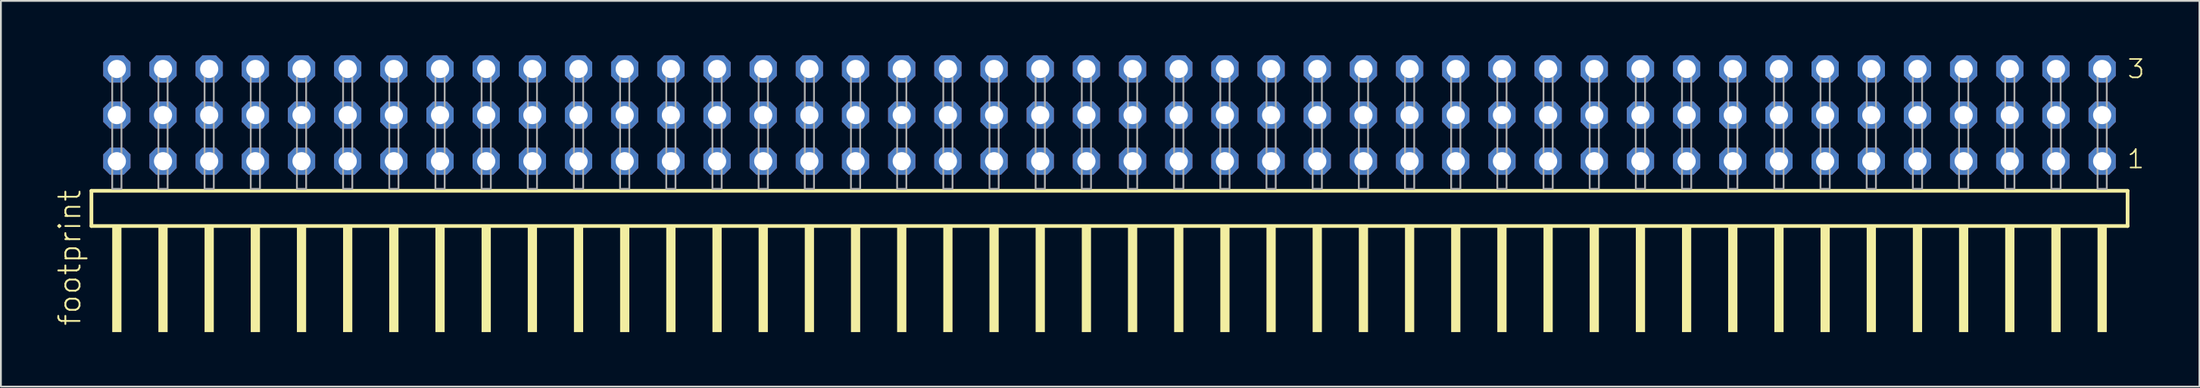
<source format=kicad_pcb>
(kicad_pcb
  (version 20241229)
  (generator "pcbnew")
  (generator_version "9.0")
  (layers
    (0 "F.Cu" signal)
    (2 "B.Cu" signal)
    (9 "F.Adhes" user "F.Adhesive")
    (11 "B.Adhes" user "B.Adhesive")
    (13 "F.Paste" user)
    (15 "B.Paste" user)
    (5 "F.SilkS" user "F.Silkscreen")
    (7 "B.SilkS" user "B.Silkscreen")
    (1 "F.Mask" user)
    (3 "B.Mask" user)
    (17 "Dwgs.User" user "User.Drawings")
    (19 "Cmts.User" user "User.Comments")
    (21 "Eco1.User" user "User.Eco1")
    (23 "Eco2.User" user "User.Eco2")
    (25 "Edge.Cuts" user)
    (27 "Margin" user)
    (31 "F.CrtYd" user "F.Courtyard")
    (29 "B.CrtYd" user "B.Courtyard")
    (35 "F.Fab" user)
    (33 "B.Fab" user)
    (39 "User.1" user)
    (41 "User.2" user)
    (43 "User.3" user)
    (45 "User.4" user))
  (footprint "footprint"
    (layer "F.Cu")
    (at 57.988 7.354)
    (property "Reference" "footprint" (at -56.515 7.62 90) (layer "F.SilkS") (effects (font (size 1.168 1.168) (thickness 0.102)) (justify left bottom)))
    (fp_line (start -56.009 0.106) (end -56.009 2.046) (stroke (width 0.203) (type solid)) (layer "F.SilkS"))
    (fp_line (start -56.009 2.046) (end 56.009 2.046) (stroke (width 0.203) (type solid)) (layer "F.SilkS"))
    (fp_line (start 56.009 0.106) (end -56.009 0.106) (stroke (width 0.203) (type solid)) (layer "F.SilkS"))
    (fp_line (start 56.009 2.046) (end 56.009 0.106) (stroke (width 0.203) (type solid)) (layer "F.SilkS"))
    (fp_poly (pts (xy -54.864 7.89) (xy -54.356 7.89) (xy -54.356 2.04) (xy -54.864 2.04)) (stroke (width 0) (type solid)) (fill yes) (layer "F.SilkS"))
    (fp_poly (pts (xy -52.324 7.89) (xy -51.816 7.89) (xy -51.816 2.04) (xy -52.324 2.04)) (stroke (width 0) (type solid)) (fill yes) (layer "F.SilkS"))
    (fp_poly (pts (xy -49.784 7.89) (xy -49.276 7.89) (xy -49.276 2.04) (xy -49.784 2.04)) (stroke (width 0) (type solid)) (fill yes) (layer "F.SilkS"))
    (fp_poly (pts (xy -47.244 7.89) (xy -46.736 7.89) (xy -46.736 2.04) (xy -47.244 2.04)) (stroke (width 0) (type solid)) (fill yes) (layer "F.SilkS"))
    (fp_poly (pts (xy -44.704 7.89) (xy -44.196 7.89) (xy -44.196 2.04) (xy -44.704 2.04)) (stroke (width 0) (type solid)) (fill yes) (layer "F.SilkS"))
    (fp_poly (pts (xy -42.164 7.89) (xy -41.656 7.89) (xy -41.656 2.04) (xy -42.164 2.04)) (stroke (width 0) (type solid)) (fill yes) (layer "F.SilkS"))
    (fp_poly (pts (xy -39.624 7.89) (xy -39.116 7.89) (xy -39.116 2.04) (xy -39.624 2.04)) (stroke (width 0) (type solid)) (fill yes) (layer "F.SilkS"))
    (fp_poly (pts (xy -37.084 7.89) (xy -36.576 7.89) (xy -36.576 2.04) (xy -37.084 2.04)) (stroke (width 0) (type solid)) (fill yes) (layer "F.SilkS"))
    (fp_poly (pts (xy -34.544 7.89) (xy -34.036 7.89) (xy -34.036 2.04) (xy -34.544 2.04)) (stroke (width 0) (type solid)) (fill yes) (layer "F.SilkS"))
    (fp_poly (pts (xy -32.004 7.89) (xy -31.496 7.89) (xy -31.496 2.04) (xy -32.004 2.04)) (stroke (width 0) (type solid)) (fill yes) (layer "F.SilkS"))
    (fp_poly (pts (xy -29.464 7.89) (xy -28.956 7.89) (xy -28.956 2.04) (xy -29.464 2.04)) (stroke (width 0) (type solid)) (fill yes) (layer "F.SilkS"))
    (fp_poly (pts (xy -26.924 7.89) (xy -26.416 7.89) (xy -26.416 2.04) (xy -26.924 2.04)) (stroke (width 0) (type solid)) (fill yes) (layer "F.SilkS"))
    (fp_poly (pts (xy -24.384 7.89) (xy -23.876 7.89) (xy -23.876 2.04) (xy -24.384 2.04)) (stroke (width 0) (type solid)) (fill yes) (layer "F.SilkS"))
    (fp_poly (pts (xy -21.844 7.89) (xy -21.336 7.89) (xy -21.336 2.04) (xy -21.844 2.04)) (stroke (width 0) (type solid)) (fill yes) (layer "F.SilkS"))
    (fp_poly (pts (xy -19.304 7.89) (xy -18.796 7.89) (xy -18.796 2.04) (xy -19.304 2.04)) (stroke (width 0) (type solid)) (fill yes) (layer "F.SilkS"))
    (fp_poly (pts (xy -16.764 7.89) (xy -16.256 7.89) (xy -16.256 2.04) (xy -16.764 2.04)) (stroke (width 0) (type solid)) (fill yes) (layer "F.SilkS"))
    (fp_poly (pts (xy -14.224 7.89) (xy -13.716 7.89) (xy -13.716 2.04) (xy -14.224 2.04)) (stroke (width 0) (type solid)) (fill yes) (layer "F.SilkS"))
    (fp_poly (pts (xy -11.684 7.89) (xy -11.176 7.89) (xy -11.176 2.04) (xy -11.684 2.04)) (stroke (width 0) (type solid)) (fill yes) (layer "F.SilkS"))
    (fp_poly (pts (xy -9.144 7.89) (xy -8.636 7.89) (xy -8.636 2.04) (xy -9.144 2.04)) (stroke (width 0) (type solid)) (fill yes) (layer "F.SilkS"))
    (fp_poly (pts (xy -6.604 7.89) (xy -6.096 7.89) (xy -6.096 2.04) (xy -6.604 2.04)) (stroke (width 0) (type solid)) (fill yes) (layer "F.SilkS"))
    (fp_poly (pts (xy -4.064 7.89) (xy -3.556 7.89) (xy -3.556 2.04) (xy -4.064 2.04)) (stroke (width 0) (type solid)) (fill yes) (layer "F.SilkS"))
    (fp_poly (pts (xy -1.524 7.89) (xy -1.016 7.89) (xy -1.016 2.04) (xy -1.524 2.04)) (stroke (width 0) (type solid)) (fill yes) (layer "F.SilkS"))
    (fp_poly (pts (xy 1.016 7.89) (xy 1.524 7.89) (xy 1.524 2.04) (xy 1.016 2.04)) (stroke (width 0) (type solid)) (fill yes) (layer "F.SilkS"))
    (fp_poly (pts (xy 3.556 7.89) (xy 4.064 7.89) (xy 4.064 2.04) (xy 3.556 2.04)) (stroke (width 0) (type solid)) (fill yes) (layer "F.SilkS"))
    (fp_poly (pts (xy 6.096 7.89) (xy 6.604 7.89) (xy 6.604 2.04) (xy 6.096 2.04)) (stroke (width 0) (type solid)) (fill yes) (layer "F.SilkS"))
    (fp_poly (pts (xy 8.636 7.89) (xy 9.144 7.89) (xy 9.144 2.04) (xy 8.636 2.04)) (stroke (width 0) (type solid)) (fill yes) (layer "F.SilkS"))
    (fp_poly (pts (xy 11.176 7.89) (xy 11.684 7.89) (xy 11.684 2.04) (xy 11.176 2.04)) (stroke (width 0) (type solid)) (fill yes) (layer "F.SilkS"))
    (fp_poly (pts (xy 13.716 7.89) (xy 14.224 7.89) (xy 14.224 2.04) (xy 13.716 2.04)) (stroke (width 0) (type solid)) (fill yes) (layer "F.SilkS"))
    (fp_poly (pts (xy 16.256 7.89) (xy 16.764 7.89) (xy 16.764 2.04) (xy 16.256 2.04)) (stroke (width 0) (type solid)) (fill yes) (layer "F.SilkS"))
    (fp_poly (pts (xy 18.796 7.89) (xy 19.304 7.89) (xy 19.304 2.04) (xy 18.796 2.04)) (stroke (width 0) (type solid)) (fill yes) (layer "F.SilkS"))
    (fp_poly (pts (xy 21.336 7.89) (xy 21.844 7.89) (xy 21.844 2.04) (xy 21.336 2.04)) (stroke (width 0) (type solid)) (fill yes) (layer "F.SilkS"))
    (fp_poly (pts (xy 23.876 7.89) (xy 24.384 7.89) (xy 24.384 2.04) (xy 23.876 2.04)) (stroke (width 0) (type solid)) (fill yes) (layer "F.SilkS"))
    (fp_poly (pts (xy 26.416 7.89) (xy 26.924 7.89) (xy 26.924 2.04) (xy 26.416 2.04)) (stroke (width 0) (type solid)) (fill yes) (layer "F.SilkS"))
    (fp_poly (pts (xy 28.956 7.89) (xy 29.464 7.89) (xy 29.464 2.04) (xy 28.956 2.04)) (stroke (width 0) (type solid)) (fill yes) (layer "F.SilkS"))
    (fp_poly (pts (xy 31.496 7.89) (xy 32.004 7.89) (xy 32.004 2.04) (xy 31.496 2.04)) (stroke (width 0) (type solid)) (fill yes) (layer "F.SilkS"))
    (fp_poly (pts (xy 34.036 7.89) (xy 34.544 7.89) (xy 34.544 2.04) (xy 34.036 2.04)) (stroke (width 0) (type solid)) (fill yes) (layer "F.SilkS"))
    (fp_poly (pts (xy 36.576 7.89) (xy 37.084 7.89) (xy 37.084 2.04) (xy 36.576 2.04)) (stroke (width 0) (type solid)) (fill yes) (layer "F.SilkS"))
    (fp_poly (pts (xy 39.116 7.89) (xy 39.624 7.89) (xy 39.624 2.04) (xy 39.116 2.04)) (stroke (width 0) (type solid)) (fill yes) (layer "F.SilkS"))
    (fp_poly (pts (xy 41.656 7.89) (xy 42.164 7.89) (xy 42.164 2.04) (xy 41.656 2.04)) (stroke (width 0) (type solid)) (fill yes) (layer "F.SilkS"))
    (fp_poly (pts (xy 44.196 7.89) (xy 44.704 7.89) (xy 44.704 2.04) (xy 44.196 2.04)) (stroke (width 0) (type solid)) (fill yes) (layer "F.SilkS"))
    (fp_poly (pts (xy 46.736 7.89) (xy 47.244 7.89) (xy 47.244 2.04) (xy 46.736 2.04)) (stroke (width 0) (type solid)) (fill yes) (layer "F.SilkS"))
    (fp_poly (pts (xy 49.276 7.89) (xy 49.784 7.89) (xy 49.784 2.04) (xy 49.276 2.04)) (stroke (width 0) (type solid)) (fill yes) (layer "F.SilkS"))
    (fp_poly (pts (xy 51.816 7.89) (xy 52.324 7.89) (xy 52.324 2.04) (xy 51.816 2.04)) (stroke (width 0) (type solid)) (fill yes) (layer "F.SilkS"))
    (fp_poly (pts (xy 54.356 7.89) (xy 54.864 7.89) (xy 54.864 2.04) (xy 54.356 2.04)) (stroke (width 0) (type solid)) (fill yes) (layer "F.SilkS"))
    (fp_poly (pts (xy -54.864 0) (xy -54.356 0) (xy -54.356 -6.858) (xy -54.864 -6.858)) (stroke (width 0.1) (type solid)) (fill no) (layer "F.Fab"))
    (fp_poly (pts (xy -52.324 0) (xy -51.816 0) (xy -51.816 -6.858) (xy -52.324 -6.858)) (stroke (width 0.1) (type solid)) (fill no) (layer "F.Fab"))
    (fp_poly (pts (xy -49.784 0) (xy -49.276 0) (xy -49.276 -6.858) (xy -49.784 -6.858)) (stroke (width 0.1) (type solid)) (fill no) (layer "F.Fab"))
    (fp_poly (pts (xy -47.244 0) (xy -46.736 0) (xy -46.736 -6.858) (xy -47.244 -6.858)) (stroke (width 0.1) (type solid)) (fill no) (layer "F.Fab"))
    (fp_poly (pts (xy -44.704 0) (xy -44.196 0) (xy -44.196 -6.858) (xy -44.704 -6.858)) (stroke (width 0.1) (type solid)) (fill no) (layer "F.Fab"))
    (fp_poly (pts (xy -42.164 0) (xy -41.656 0) (xy -41.656 -6.858) (xy -42.164 -6.858)) (stroke (width 0.1) (type solid)) (fill no) (layer "F.Fab"))
    (fp_poly (pts (xy -39.624 0) (xy -39.116 0) (xy -39.116 -6.858) (xy -39.624 -6.858)) (stroke (width 0.1) (type solid)) (fill no) (layer "F.Fab"))
    (fp_poly (pts (xy -37.084 0) (xy -36.576 0) (xy -36.576 -6.858) (xy -37.084 -6.858)) (stroke (width 0.1) (type solid)) (fill no) (layer "F.Fab"))
    (fp_poly (pts (xy -34.544 0) (xy -34.036 0) (xy -34.036 -6.858) (xy -34.544 -6.858)) (stroke (width 0.1) (type solid)) (fill no) (layer "F.Fab"))
    (fp_poly (pts (xy -32.004 0) (xy -31.496 0) (xy -31.496 -6.858) (xy -32.004 -6.858)) (stroke (width 0.1) (type solid)) (fill no) (layer "F.Fab"))
    (fp_poly (pts (xy -29.464 0) (xy -28.956 0) (xy -28.956 -6.858) (xy -29.464 -6.858)) (stroke (width 0.1) (type solid)) (fill no) (layer "F.Fab"))
    (fp_poly (pts (xy -26.924 0) (xy -26.416 0) (xy -26.416 -6.858) (xy -26.924 -6.858)) (stroke (width 0.1) (type solid)) (fill no) (layer "F.Fab"))
    (fp_poly (pts (xy -24.384 0) (xy -23.876 0) (xy -23.876 -6.858) (xy -24.384 -6.858)) (stroke (width 0.1) (type solid)) (fill no) (layer "F.Fab"))
    (fp_poly (pts (xy -21.844 0) (xy -21.336 0) (xy -21.336 -6.858) (xy -21.844 -6.858)) (stroke (width 0.1) (type solid)) (fill no) (layer "F.Fab"))
    (fp_poly (pts (xy -19.304 0) (xy -18.796 0) (xy -18.796 -6.858) (xy -19.304 -6.858)) (stroke (width 0.1) (type solid)) (fill no) (layer "F.Fab"))
    (fp_poly (pts (xy -16.764 0) (xy -16.256 0) (xy -16.256 -6.858) (xy -16.764 -6.858)) (stroke (width 0.1) (type solid)) (fill no) (layer "F.Fab"))
    (fp_poly (pts (xy -14.224 0) (xy -13.716 0) (xy -13.716 -6.858) (xy -14.224 -6.858)) (stroke (width 0.1) (type solid)) (fill no) (layer "F.Fab"))
    (fp_poly (pts (xy -11.684 0) (xy -11.176 0) (xy -11.176 -6.858) (xy -11.684 -6.858)) (stroke (width 0.1) (type solid)) (fill no) (layer "F.Fab"))
    (fp_poly (pts (xy -9.144 0) (xy -8.636 0) (xy -8.636 -6.858) (xy -9.144 -6.858)) (stroke (width 0.1) (type solid)) (fill no) (layer "F.Fab"))
    (fp_poly (pts (xy -6.604 0) (xy -6.096 0) (xy -6.096 -6.858) (xy -6.604 -6.858)) (stroke (width 0.1) (type solid)) (fill no) (layer "F.Fab"))
    (fp_poly (pts (xy -4.064 0) (xy -3.556 0) (xy -3.556 -6.858) (xy -4.064 -6.858)) (stroke (width 0.1) (type solid)) (fill no) (layer "F.Fab"))
    (fp_poly (pts (xy -1.524 0) (xy -1.016 0) (xy -1.016 -6.858) (xy -1.524 -6.858)) (stroke (width 0.1) (type solid)) (fill no) (layer "F.Fab"))
    (fp_poly (pts (xy 1.016 0) (xy 1.524 0) (xy 1.524 -6.858) (xy 1.016 -6.858)) (stroke (width 0.1) (type solid)) (fill no) (layer "F.Fab"))
    (fp_poly (pts (xy 3.556 0) (xy 4.064 0) (xy 4.064 -6.858) (xy 3.556 -6.858)) (stroke (width 0.1) (type solid)) (fill no) (layer "F.Fab"))
    (fp_poly (pts (xy 6.096 0) (xy 6.604 0) (xy 6.604 -6.858) (xy 6.096 -6.858)) (stroke (width 0.1) (type solid)) (fill no) (layer "F.Fab"))
    (fp_poly (pts (xy 8.636 0) (xy 9.144 0) (xy 9.144 -6.858) (xy 8.636 -6.858)) (stroke (width 0.1) (type solid)) (fill no) (layer "F.Fab"))
    (fp_poly (pts (xy 11.176 0) (xy 11.684 0) (xy 11.684 -6.858) (xy 11.176 -6.858)) (stroke (width 0.1) (type solid)) (fill no) (layer "F.Fab"))
    (fp_poly (pts (xy 13.716 0) (xy 14.224 0) (xy 14.224 -6.858) (xy 13.716 -6.858)) (stroke (width 0.1) (type solid)) (fill no) (layer "F.Fab"))
    (fp_poly (pts (xy 16.256 0) (xy 16.764 0) (xy 16.764 -6.858) (xy 16.256 -6.858)) (stroke (width 0.1) (type solid)) (fill no) (layer "F.Fab"))
    (fp_poly (pts (xy 18.796 0) (xy 19.304 0) (xy 19.304 -6.858) (xy 18.796 -6.858)) (stroke (width 0.1) (type solid)) (fill no) (layer "F.Fab"))
    (fp_poly (pts (xy 21.336 0) (xy 21.844 0) (xy 21.844 -6.858) (xy 21.336 -6.858)) (stroke (width 0.1) (type solid)) (fill no) (layer "F.Fab"))
    (fp_poly (pts (xy 23.876 0) (xy 24.384 0) (xy 24.384 -6.858) (xy 23.876 -6.858)) (stroke (width 0.1) (type solid)) (fill no) (layer "F.Fab"))
    (fp_poly (pts (xy 26.416 0) (xy 26.924 0) (xy 26.924 -6.858) (xy 26.416 -6.858)) (stroke (width 0.1) (type solid)) (fill no) (layer "F.Fab"))
    (fp_poly (pts (xy 28.956 0) (xy 29.464 0) (xy 29.464 -6.858) (xy 28.956 -6.858)) (stroke (width 0.1) (type solid)) (fill no) (layer "F.Fab"))
    (fp_poly (pts (xy 31.496 0) (xy 32.004 0) (xy 32.004 -6.858) (xy 31.496 -6.858)) (stroke (width 0.1) (type solid)) (fill no) (layer "F.Fab"))
    (fp_poly (pts (xy 34.036 0) (xy 34.544 0) (xy 34.544 -6.858) (xy 34.036 -6.858)) (stroke (width 0.1) (type solid)) (fill no) (layer "F.Fab"))
    (fp_poly (pts (xy 36.576 0) (xy 37.084 0) (xy 37.084 -6.858) (xy 36.576 -6.858)) (stroke (width 0.1) (type solid)) (fill no) (layer "F.Fab"))
    (fp_poly (pts (xy 39.116 0) (xy 39.624 0) (xy 39.624 -6.858) (xy 39.116 -6.858)) (stroke (width 0.1) (type solid)) (fill no) (layer "F.Fab"))
    (fp_poly (pts (xy 41.656 0) (xy 42.164 0) (xy 42.164 -6.858) (xy 41.656 -6.858)) (stroke (width 0.1) (type solid)) (fill no) (layer "F.Fab"))
    (fp_poly (pts (xy 44.196 0) (xy 44.704 0) (xy 44.704 -6.858) (xy 44.196 -6.858)) (stroke (width 0.1) (type solid)) (fill no) (layer "F.Fab"))
    (fp_poly (pts (xy 46.736 0) (xy 47.244 0) (xy 47.244 -6.858) (xy 46.736 -6.858)) (stroke (width 0.1) (type solid)) (fill no) (layer "F.Fab"))
    (fp_poly (pts (xy 49.276 0) (xy 49.784 0) (xy 49.784 -6.858) (xy 49.276 -6.858)) (stroke (width 0.1) (type solid)) (fill no) (layer "F.Fab"))
    (fp_poly (pts (xy 51.816 0) (xy 52.324 0) (xy 52.324 -6.858) (xy 51.816 -6.858)) (stroke (width 0.1) (type solid)) (fill no) (layer "F.Fab"))
    (fp_poly (pts (xy 54.356 0) (xy 54.864 0) (xy 54.864 -6.858) (xy 54.356 -6.858)) (stroke (width 0.1) (type solid)) (fill no) (layer "F.Fab"))
    (fp_text user "1" (at 55.92 -1.05 0) (layer "F.SilkS") (effects (font (size 1.012 1.012) (thickness 0.088)) (justify left bottom)))
    (fp_text user "3" (at 55.935 -6.015 0) (layer "F.SilkS") (effects (font (size 1.012 1.012) (thickness 0.088)) (justify left bottom)))
    (pad "1" thru_hole roundrect (at 54.61 -1.524 180) (size 1.5 1.5) (drill 1) (layers "*.Cu" "*.Mask") (roundrect_rratio 0.25) (chamfer_ratio 0.25) (chamfer top_left top_right bottom_left bottom_right))
    (pad "2" thru_hole roundrect (at 54.61 -4.064 180) (size 1.5 1.5) (drill 1) (layers "*.Cu" "*.Mask") (roundrect_rratio 0.25) (chamfer_ratio 0.25) (chamfer top_left top_right bottom_left bottom_right))
    (pad "3" thru_hole roundrect (at 54.61 -6.604 180) (size 1.5 1.5) (drill 1) (layers "*.Cu" "*.Mask") (roundrect_rratio 0.25) (chamfer_ratio 0.25) (chamfer top_left top_right bottom_left bottom_right))
    (pad "4" thru_hole roundrect (at 52.07 -1.524 180) (size 1.5 1.5) (drill 1) (layers "*.Cu" "*.Mask") (roundrect_rratio 0.25) (chamfer_ratio 0.25) (chamfer top_left top_right bottom_left bottom_right))
    (pad "5" thru_hole roundrect (at 52.07 -4.064 180) (size 1.5 1.5) (drill 1) (layers "*.Cu" "*.Mask") (roundrect_rratio 0.25) (chamfer_ratio 0.25) (chamfer top_left top_right bottom_left bottom_right))
    (pad "6" thru_hole roundrect (at 52.07 -6.604 180) (size 1.5 1.5) (drill 1) (layers "*.Cu" "*.Mask") (roundrect_rratio 0.25) (chamfer_ratio 0.25) (chamfer top_left top_right bottom_left bottom_right))
    (pad "7" thru_hole roundrect (at 49.53 -1.524 180) (size 1.5 1.5) (drill 1) (layers "*.Cu" "*.Mask") (roundrect_rratio 0.25) (chamfer_ratio 0.25) (chamfer top_left top_right bottom_left bottom_right))
    (pad "8" thru_hole roundrect (at 49.53 -4.064 180) (size 1.5 1.5) (drill 1) (layers "*.Cu" "*.Mask") (roundrect_rratio 0.25) (chamfer_ratio 0.25) (chamfer top_left top_right bottom_left bottom_right))
    (pad "9" thru_hole roundrect (at 49.53 -6.604 180) (size 1.5 1.5) (drill 1) (layers "*.Cu" "*.Mask") (roundrect_rratio 0.25) (chamfer_ratio 0.25) (chamfer top_left top_right bottom_left bottom_right))
    (pad "10" thru_hole roundrect (at 46.99 -1.524 180) (size 1.5 1.5) (drill 1) (layers "*.Cu" "*.Mask") (roundrect_rratio 0.25) (chamfer_ratio 0.25) (chamfer top_left top_right bottom_left bottom_right))
    (pad "11" thru_hole roundrect (at 46.99 -4.064 180) (size 1.5 1.5) (drill 1) (layers "*.Cu" "*.Mask") (roundrect_rratio 0.25) (chamfer_ratio 0.25) (chamfer top_left top_right bottom_left bottom_right))
    (pad "12" thru_hole roundrect (at 46.99 -6.604 180) (size 1.5 1.5) (drill 1) (layers "*.Cu" "*.Mask") (roundrect_rratio 0.25) (chamfer_ratio 0.25) (chamfer top_left top_right bottom_left bottom_right))
    (pad "13" thru_hole roundrect (at 44.45 -1.524 180) (size 1.5 1.5) (drill 1) (layers "*.Cu" "*.Mask") (roundrect_rratio 0.25) (chamfer_ratio 0.25) (chamfer top_left top_right bottom_left bottom_right))
    (pad "14" thru_hole roundrect (at 44.45 -4.064 180) (size 1.5 1.5) (drill 1) (layers "*.Cu" "*.Mask") (roundrect_rratio 0.25) (chamfer_ratio 0.25) (chamfer top_left top_right bottom_left bottom_right))
    (pad "15" thru_hole roundrect (at 44.45 -6.604 180) (size 1.5 1.5) (drill 1) (layers "*.Cu" "*.Mask") (roundrect_rratio 0.25) (chamfer_ratio 0.25) (chamfer top_left top_right bottom_left bottom_right))
    (pad "16" thru_hole roundrect (at 41.91 -1.524 180) (size 1.5 1.5) (drill 1) (layers "*.Cu" "*.Mask") (roundrect_rratio 0.25) (chamfer_ratio 0.25) (chamfer top_left top_right bottom_left bottom_right))
    (pad "17" thru_hole roundrect (at 41.91 -4.064 180) (size 1.5 1.5) (drill 1) (layers "*.Cu" "*.Mask") (roundrect_rratio 0.25) (chamfer_ratio 0.25) (chamfer top_left top_right bottom_left bottom_right))
    (pad "18" thru_hole roundrect (at 41.91 -6.604 180) (size 1.5 1.5) (drill 1) (layers "*.Cu" "*.Mask") (roundrect_rratio 0.25) (chamfer_ratio 0.25) (chamfer top_left top_right bottom_left bottom_right))
    (pad "19" thru_hole roundrect (at 39.37 -1.524 180) (size 1.5 1.5) (drill 1) (layers "*.Cu" "*.Mask") (roundrect_rratio 0.25) (chamfer_ratio 0.25) (chamfer top_left top_right bottom_left bottom_right))
    (pad "20" thru_hole roundrect (at 39.37 -4.064 180) (size 1.5 1.5) (drill 1) (layers "*.Cu" "*.Mask") (roundrect_rratio 0.25) (chamfer_ratio 0.25) (chamfer top_left top_right bottom_left bottom_right))
    (pad "21" thru_hole roundrect (at 39.37 -6.604 180) (size 1.5 1.5) (drill 1) (layers "*.Cu" "*.Mask") (roundrect_rratio 0.25) (chamfer_ratio 0.25) (chamfer top_left top_right bottom_left bottom_right))
    (pad "22" thru_hole roundrect (at 36.83 -1.524 180) (size 1.5 1.5) (drill 1) (layers "*.Cu" "*.Mask") (roundrect_rratio 0.25) (chamfer_ratio 0.25) (chamfer top_left top_right bottom_left bottom_right))
    (pad "23" thru_hole roundrect (at 36.83 -4.064 180) (size 1.5 1.5) (drill 1) (layers "*.Cu" "*.Mask") (roundrect_rratio 0.25) (chamfer_ratio 0.25) (chamfer top_left top_right bottom_left bottom_right))
    (pad "24" thru_hole roundrect (at 36.83 -6.604 180) (size 1.5 1.5) (drill 1) (layers "*.Cu" "*.Mask") (roundrect_rratio 0.25) (chamfer_ratio 0.25) (chamfer top_left top_right bottom_left bottom_right))
    (pad "25" thru_hole roundrect (at 34.29 -1.524 180) (size 1.5 1.5) (drill 1) (layers "*.Cu" "*.Mask") (roundrect_rratio 0.25) (chamfer_ratio 0.25) (chamfer top_left top_right bottom_left bottom_right))
    (pad "26" thru_hole roundrect (at 34.29 -4.064 180) (size 1.5 1.5) (drill 1) (layers "*.Cu" "*.Mask") (roundrect_rratio 0.25) (chamfer_ratio 0.25) (chamfer top_left top_right bottom_left bottom_right))
    (pad "27" thru_hole roundrect (at 34.29 -6.604 180) (size 1.5 1.5) (drill 1) (layers "*.Cu" "*.Mask") (roundrect_rratio 0.25) (chamfer_ratio 0.25) (chamfer top_left top_right bottom_left bottom_right))
    (pad "28" thru_hole roundrect (at 31.75 -1.524 180) (size 1.5 1.5) (drill 1) (layers "*.Cu" "*.Mask") (roundrect_rratio 0.25) (chamfer_ratio 0.25) (chamfer top_left top_right bottom_left bottom_right))
    (pad "29" thru_hole roundrect (at 31.75 -4.064 180) (size 1.5 1.5) (drill 1) (layers "*.Cu" "*.Mask") (roundrect_rratio 0.25) (chamfer_ratio 0.25) (chamfer top_left top_right bottom_left bottom_right))
    (pad "30" thru_hole roundrect (at 31.75 -6.604 180) (size 1.5 1.5) (drill 1) (layers "*.Cu" "*.Mask") (roundrect_rratio 0.25) (chamfer_ratio 0.25) (chamfer top_left top_right bottom_left bottom_right))
    (pad "31" thru_hole roundrect (at 29.21 -1.524 180) (size 1.5 1.5) (drill 1) (layers "*.Cu" "*.Mask") (roundrect_rratio 0.25) (chamfer_ratio 0.25) (chamfer top_left top_right bottom_left bottom_right))
    (pad "32" thru_hole roundrect (at 29.21 -4.064 180) (size 1.5 1.5) (drill 1) (layers "*.Cu" "*.Mask") (roundrect_rratio 0.25) (chamfer_ratio 0.25) (chamfer top_left top_right bottom_left bottom_right))
    (pad "33" thru_hole roundrect (at 29.21 -6.604 180) (size 1.5 1.5) (drill 1) (layers "*.Cu" "*.Mask") (roundrect_rratio 0.25) (chamfer_ratio 0.25) (chamfer top_left top_right bottom_left bottom_right))
    (pad "34" thru_hole roundrect (at 26.67 -1.524 180) (size 1.5 1.5) (drill 1) (layers "*.Cu" "*.Mask") (roundrect_rratio 0.25) (chamfer_ratio 0.25) (chamfer top_left top_right bottom_left bottom_right))
    (pad "35" thru_hole roundrect (at 26.67 -4.064 180) (size 1.5 1.5) (drill 1) (layers "*.Cu" "*.Mask") (roundrect_rratio 0.25) (chamfer_ratio 0.25) (chamfer top_left top_right bottom_left bottom_right))
    (pad "36" thru_hole roundrect (at 26.67 -6.604 180) (size 1.5 1.5) (drill 1) (layers "*.Cu" "*.Mask") (roundrect_rratio 0.25) (chamfer_ratio 0.25) (chamfer top_left top_right bottom_left bottom_right))
    (pad "37" thru_hole roundrect (at 24.13 -1.524 180) (size 1.5 1.5) (drill 1) (layers "*.Cu" "*.Mask") (roundrect_rratio 0.25) (chamfer_ratio 0.25) (chamfer top_left top_right bottom_left bottom_right))
    (pad "38" thru_hole roundrect (at 24.13 -4.064 180) (size 1.5 1.5) (drill 1) (layers "*.Cu" "*.Mask") (roundrect_rratio 0.25) (chamfer_ratio 0.25) (chamfer top_left top_right bottom_left bottom_right))
    (pad "39" thru_hole roundrect (at 24.13 -6.604 180) (size 1.5 1.5) (drill 1) (layers "*.Cu" "*.Mask") (roundrect_rratio 0.25) (chamfer_ratio 0.25) (chamfer top_left top_right bottom_left bottom_right))
    (pad "40" thru_hole roundrect (at 21.59 -1.524 180) (size 1.5 1.5) (drill 1) (layers "*.Cu" "*.Mask") (roundrect_rratio 0.25) (chamfer_ratio 0.25) (chamfer top_left top_right bottom_left bottom_right))
    (pad "41" thru_hole roundrect (at 21.59 -4.064 180) (size 1.5 1.5) (drill 1) (layers "*.Cu" "*.Mask") (roundrect_rratio 0.25) (chamfer_ratio 0.25) (chamfer top_left top_right bottom_left bottom_right))
    (pad "42" thru_hole roundrect (at 21.59 -6.604 180) (size 1.5 1.5) (drill 1) (layers "*.Cu" "*.Mask") (roundrect_rratio 0.25) (chamfer_ratio 0.25) (chamfer top_left top_right bottom_left bottom_right))
    (pad "43" thru_hole roundrect (at 19.05 -1.524 180) (size 1.5 1.5) (drill 1) (layers "*.Cu" "*.Mask") (roundrect_rratio 0.25) (chamfer_ratio 0.25) (chamfer top_left top_right bottom_left bottom_right))
    (pad "44" thru_hole roundrect (at 19.05 -4.064 180) (size 1.5 1.5) (drill 1) (layers "*.Cu" "*.Mask") (roundrect_rratio 0.25) (chamfer_ratio 0.25) (chamfer top_left top_right bottom_left bottom_right))
    (pad "45" thru_hole roundrect (at 19.05 -6.604 180) (size 1.5 1.5) (drill 1) (layers "*.Cu" "*.Mask") (roundrect_rratio 0.25) (chamfer_ratio 0.25) (chamfer top_left top_right bottom_left bottom_right))
    (pad "46" thru_hole roundrect (at 16.51 -1.524 180) (size 1.5 1.5) (drill 1) (layers "*.Cu" "*.Mask") (roundrect_rratio 0.25) (chamfer_ratio 0.25) (chamfer top_left top_right bottom_left bottom_right))
    (pad "47" thru_hole roundrect (at 16.51 -4.064 180) (size 1.5 1.5) (drill 1) (layers "*.Cu" "*.Mask") (roundrect_rratio 0.25) (chamfer_ratio 0.25) (chamfer top_left top_right bottom_left bottom_right))
    (pad "48" thru_hole roundrect (at 16.51 -6.604 180) (size 1.5 1.5) (drill 1) (layers "*.Cu" "*.Mask") (roundrect_rratio 0.25) (chamfer_ratio 0.25) (chamfer top_left top_right bottom_left bottom_right))
    (pad "49" thru_hole roundrect (at 13.97 -1.524 180) (size 1.5 1.5) (drill 1) (layers "*.Cu" "*.Mask") (roundrect_rratio 0.25) (chamfer_ratio 0.25) (chamfer top_left top_right bottom_left bottom_right))
    (pad "50" thru_hole roundrect (at 13.97 -4.064 180) (size 1.5 1.5) (drill 1) (layers "*.Cu" "*.Mask") (roundrect_rratio 0.25) (chamfer_ratio 0.25) (chamfer top_left top_right bottom_left bottom_right))
    (pad "51" thru_hole roundrect (at 13.97 -6.604 180) (size 1.5 1.5) (drill 1) (layers "*.Cu" "*.Mask") (roundrect_rratio 0.25) (chamfer_ratio 0.25) (chamfer top_left top_right bottom_left bottom_right))
    (pad "52" thru_hole roundrect (at 11.43 -1.524 180) (size 1.5 1.5) (drill 1) (layers "*.Cu" "*.Mask") (roundrect_rratio 0.25) (chamfer_ratio 0.25) (chamfer top_left top_right bottom_left bottom_right))
    (pad "53" thru_hole roundrect (at 11.43 -4.064 180) (size 1.5 1.5) (drill 1) (layers "*.Cu" "*.Mask") (roundrect_rratio 0.25) (chamfer_ratio 0.25) (chamfer top_left top_right bottom_left bottom_right))
    (pad "54" thru_hole roundrect (at 11.43 -6.604 180) (size 1.5 1.5) (drill 1) (layers "*.Cu" "*.Mask") (roundrect_rratio 0.25) (chamfer_ratio 0.25) (chamfer top_left top_right bottom_left bottom_right))
    (pad "55" thru_hole roundrect (at 8.89 -1.524 180) (size 1.5 1.5) (drill 1) (layers "*.Cu" "*.Mask") (roundrect_rratio 0.25) (chamfer_ratio 0.25) (chamfer top_left top_right bottom_left bottom_right))
    (pad "56" thru_hole roundrect (at 8.89 -4.064 180) (size 1.5 1.5) (drill 1) (layers "*.Cu" "*.Mask") (roundrect_rratio 0.25) (chamfer_ratio 0.25) (chamfer top_left top_right bottom_left bottom_right))
    (pad "57" thru_hole roundrect (at 8.89 -6.604 180) (size 1.5 1.5) (drill 1) (layers "*.Cu" "*.Mask") (roundrect_rratio 0.25) (chamfer_ratio 0.25) (chamfer top_left top_right bottom_left bottom_right))
    (pad "58" thru_hole roundrect (at 6.35 -1.524 180) (size 1.5 1.5) (drill 1) (layers "*.Cu" "*.Mask") (roundrect_rratio 0.25) (chamfer_ratio 0.25) (chamfer top_left top_right bottom_left bottom_right))
    (pad "59" thru_hole roundrect (at 6.35 -4.064 180) (size 1.5 1.5) (drill 1) (layers "*.Cu" "*.Mask") (roundrect_rratio 0.25) (chamfer_ratio 0.25) (chamfer top_left top_right bottom_left bottom_right))
    (pad "60" thru_hole roundrect (at 6.35 -6.604 180) (size 1.5 1.5) (drill 1) (layers "*.Cu" "*.Mask") (roundrect_rratio 0.25) (chamfer_ratio 0.25) (chamfer top_left top_right bottom_left bottom_right))
    (pad "61" thru_hole roundrect (at 3.81 -1.524 180) (size 1.5 1.5) (drill 1) (layers "*.Cu" "*.Mask") (roundrect_rratio 0.25) (chamfer_ratio 0.25) (chamfer top_left top_right bottom_left bottom_right))
    (pad "62" thru_hole roundrect (at 3.81 -4.064 180) (size 1.5 1.5) (drill 1) (layers "*.Cu" "*.Mask") (roundrect_rratio 0.25) (chamfer_ratio 0.25) (chamfer top_left top_right bottom_left bottom_right))
    (pad "63" thru_hole roundrect (at 3.81 -6.604 180) (size 1.5 1.5) (drill 1) (layers "*.Cu" "*.Mask") (roundrect_rratio 0.25) (chamfer_ratio 0.25) (chamfer top_left top_right bottom_left bottom_right))
    (pad "64" thru_hole roundrect (at 1.27 -1.524 180) (size 1.5 1.5) (drill 1) (layers "*.Cu" "*.Mask") (roundrect_rratio 0.25) (chamfer_ratio 0.25) (chamfer top_left top_right bottom_left bottom_right))
    (pad "65" thru_hole roundrect (at 1.27 -4.064 180) (size 1.5 1.5) (drill 1) (layers "*.Cu" "*.Mask") (roundrect_rratio 0.25) (chamfer_ratio 0.25) (chamfer top_left top_right bottom_left bottom_right))
    (pad "66" thru_hole roundrect (at 1.27 -6.604 180) (size 1.5 1.5) (drill 1) (layers "*.Cu" "*.Mask") (roundrect_rratio 0.25) (chamfer_ratio 0.25) (chamfer top_left top_right bottom_left bottom_right))
    (pad "67" thru_hole roundrect (at -1.27 -1.524 180) (size 1.5 1.5) (drill 1) (layers "*.Cu" "*.Mask") (roundrect_rratio 0.25) (chamfer_ratio 0.25) (chamfer top_left top_right bottom_left bottom_right))
    (pad "68" thru_hole roundrect (at -1.27 -4.064 180) (size 1.5 1.5) (drill 1) (layers "*.Cu" "*.Mask") (roundrect_rratio 0.25) (chamfer_ratio 0.25) (chamfer top_left top_right bottom_left bottom_right))
    (pad "69" thru_hole roundrect (at -1.27 -6.604 180) (size 1.5 1.5) (drill 1) (layers "*.Cu" "*.Mask") (roundrect_rratio 0.25) (chamfer_ratio 0.25) (chamfer top_left top_right bottom_left bottom_right))
    (pad "70" thru_hole roundrect (at -3.81 -1.524 180) (size 1.5 1.5) (drill 1) (layers "*.Cu" "*.Mask") (roundrect_rratio 0.25) (chamfer_ratio 0.25) (chamfer top_left top_right bottom_left bottom_right))
    (pad "71" thru_hole roundrect (at -3.81 -4.064 180) (size 1.5 1.5) (drill 1) (layers "*.Cu" "*.Mask") (roundrect_rratio 0.25) (chamfer_ratio 0.25) (chamfer top_left top_right bottom_left bottom_right))
    (pad "72" thru_hole roundrect (at -3.81 -6.604 180) (size 1.5 1.5) (drill 1) (layers "*.Cu" "*.Mask") (roundrect_rratio 0.25) (chamfer_ratio 0.25) (chamfer top_left top_right bottom_left bottom_right))
    (pad "73" thru_hole roundrect (at -6.35 -1.524 180) (size 1.5 1.5) (drill 1) (layers "*.Cu" "*.Mask") (roundrect_rratio 0.25) (chamfer_ratio 0.25) (chamfer top_left top_right bottom_left bottom_right))
    (pad "74" thru_hole roundrect (at -6.35 -4.064 180) (size 1.5 1.5) (drill 1) (layers "*.Cu" "*.Mask") (roundrect_rratio 0.25) (chamfer_ratio 0.25) (chamfer top_left top_right bottom_left bottom_right))
    (pad "75" thru_hole roundrect (at -6.35 -6.604 180) (size 1.5 1.5) (drill 1) (layers "*.Cu" "*.Mask") (roundrect_rratio 0.25) (chamfer_ratio 0.25) (chamfer top_left top_right bottom_left bottom_right))
    (pad "76" thru_hole roundrect (at -8.89 -1.524 180) (size 1.5 1.5) (drill 1) (layers "*.Cu" "*.Mask") (roundrect_rratio 0.25) (chamfer_ratio 0.25) (chamfer top_left top_right bottom_left bottom_right))
    (pad "77" thru_hole roundrect (at -8.89 -4.064 180) (size 1.5 1.5) (drill 1) (layers "*.Cu" "*.Mask") (roundrect_rratio 0.25) (chamfer_ratio 0.25) (chamfer top_left top_right bottom_left bottom_right))
    (pad "78" thru_hole roundrect (at -8.89 -6.604 180) (size 1.5 1.5) (drill 1) (layers "*.Cu" "*.Mask") (roundrect_rratio 0.25) (chamfer_ratio 0.25) (chamfer top_left top_right bottom_left bottom_right))
    (pad "79" thru_hole roundrect (at -11.43 -1.524 180) (size 1.5 1.5) (drill 1) (layers "*.Cu" "*.Mask") (roundrect_rratio 0.25) (chamfer_ratio 0.25) (chamfer top_left top_right bottom_left bottom_right))
    (pad "80" thru_hole roundrect (at -11.43 -4.064 180) (size 1.5 1.5) (drill 1) (layers "*.Cu" "*.Mask") (roundrect_rratio 0.25) (chamfer_ratio 0.25) (chamfer top_left top_right bottom_left bottom_right))
    (pad "81" thru_hole roundrect (at -11.43 -6.604 180) (size 1.5 1.5) (drill 1) (layers "*.Cu" "*.Mask") (roundrect_rratio 0.25) (chamfer_ratio 0.25) (chamfer top_left top_right bottom_left bottom_right))
    (pad "82" thru_hole roundrect (at -13.97 -1.524 180) (size 1.5 1.5) (drill 1) (layers "*.Cu" "*.Mask") (roundrect_rratio 0.25) (chamfer_ratio 0.25) (chamfer top_left top_right bottom_left bottom_right))
    (pad "83" thru_hole roundrect (at -13.97 -4.064 180) (size 1.5 1.5) (drill 1) (layers "*.Cu" "*.Mask") (roundrect_rratio 0.25) (chamfer_ratio 0.25) (chamfer top_left top_right bottom_left bottom_right))
    (pad "84" thru_hole roundrect (at -13.97 -6.604 180) (size 1.5 1.5) (drill 1) (layers "*.Cu" "*.Mask") (roundrect_rratio 0.25) (chamfer_ratio 0.25) (chamfer top_left top_right bottom_left bottom_right))
    (pad "85" thru_hole roundrect (at -16.51 -1.524 180) (size 1.5 1.5) (drill 1) (layers "*.Cu" "*.Mask") (roundrect_rratio 0.25) (chamfer_ratio 0.25) (chamfer top_left top_right bottom_left bottom_right))
    (pad "86" thru_hole roundrect (at -16.51 -4.064 180) (size 1.5 1.5) (drill 1) (layers "*.Cu" "*.Mask") (roundrect_rratio 0.25) (chamfer_ratio 0.25) (chamfer top_left top_right bottom_left bottom_right))
    (pad "87" thru_hole roundrect (at -16.51 -6.604 180) (size 1.5 1.5) (drill 1) (layers "*.Cu" "*.Mask") (roundrect_rratio 0.25) (chamfer_ratio 0.25) (chamfer top_left top_right bottom_left bottom_right))
    (pad "88" thru_hole roundrect (at -19.05 -1.524 180) (size 1.5 1.5) (drill 1) (layers "*.Cu" "*.Mask") (roundrect_rratio 0.25) (chamfer_ratio 0.25) (chamfer top_left top_right bottom_left bottom_right))
    (pad "89" thru_hole roundrect (at -19.05 -4.064 180) (size 1.5 1.5) (drill 1) (layers "*.Cu" "*.Mask") (roundrect_rratio 0.25) (chamfer_ratio 0.25) (chamfer top_left top_right bottom_left bottom_right))
    (pad "90" thru_hole roundrect (at -19.05 -6.604 180) (size 1.5 1.5) (drill 1) (layers "*.Cu" "*.Mask") (roundrect_rratio 0.25) (chamfer_ratio 0.25) (chamfer top_left top_right bottom_left bottom_right))
    (pad "91" thru_hole roundrect (at -21.59 -1.524 180) (size 1.5 1.5) (drill 1) (layers "*.Cu" "*.Mask") (roundrect_rratio 0.25) (chamfer_ratio 0.25) (chamfer top_left top_right bottom_left bottom_right))
    (pad "92" thru_hole roundrect (at -21.59 -4.064 180) (size 1.5 1.5) (drill 1) (layers "*.Cu" "*.Mask") (roundrect_rratio 0.25) (chamfer_ratio 0.25) (chamfer top_left top_right bottom_left bottom_right))
    (pad "93" thru_hole roundrect (at -21.59 -6.604 180) (size 1.5 1.5) (drill 1) (layers "*.Cu" "*.Mask") (roundrect_rratio 0.25) (chamfer_ratio 0.25) (chamfer top_left top_right bottom_left bottom_right))
    (pad "94" thru_hole roundrect (at -24.13 -1.524 180) (size 1.5 1.5) (drill 1) (layers "*.Cu" "*.Mask") (roundrect_rratio 0.25) (chamfer_ratio 0.25) (chamfer top_left top_right bottom_left bottom_right))
    (pad "95" thru_hole roundrect (at -24.13 -4.064 180) (size 1.5 1.5) (drill 1) (layers "*.Cu" "*.Mask") (roundrect_rratio 0.25) (chamfer_ratio 0.25) (chamfer top_left top_right bottom_left bottom_right))
    (pad "96" thru_hole roundrect (at -24.13 -6.604 180) (size 1.5 1.5) (drill 1) (layers "*.Cu" "*.Mask") (roundrect_rratio 0.25) (chamfer_ratio 0.25) (chamfer top_left top_right bottom_left bottom_right))
    (pad "97" thru_hole roundrect (at -26.67 -1.524 180) (size 1.5 1.5) (drill 1) (layers "*.Cu" "*.Mask") (roundrect_rratio 0.25) (chamfer_ratio 0.25) (chamfer top_left top_right bottom_left bottom_right))
    (pad "98" thru_hole roundrect (at -26.67 -4.064 180) (size 1.5 1.5) (drill 1) (layers "*.Cu" "*.Mask") (roundrect_rratio 0.25) (chamfer_ratio 0.25) (chamfer top_left top_right bottom_left bottom_right))
    (pad "99" thru_hole roundrect (at -26.67 -6.604 180) (size 1.5 1.5) (drill 1) (layers "*.Cu" "*.Mask") (roundrect_rratio 0.25) (chamfer_ratio 0.25) (chamfer top_left top_right bottom_left bottom_right))
    (pad "100" thru_hole roundrect (at -29.21 -1.524 180) (size 1.5 1.5) (drill 1) (layers "*.Cu" "*.Mask") (roundrect_rratio 0.25) (chamfer_ratio 0.25) (chamfer top_left top_right bottom_left bottom_right))
    (pad "101" thru_hole roundrect (at -29.21 -4.064 180) (size 1.5 1.5) (drill 1) (layers "*.Cu" "*.Mask") (roundrect_rratio 0.25) (chamfer_ratio 0.25) (chamfer top_left top_right bottom_left bottom_right))
    (pad "102" thru_hole roundrect (at -29.21 -6.604 180) (size 1.5 1.5) (drill 1) (layers "*.Cu" "*.Mask") (roundrect_rratio 0.25) (chamfer_ratio 0.25) (chamfer top_left top_right bottom_left bottom_right))
    (pad "103" thru_hole roundrect (at -31.75 -1.524 180) (size 1.5 1.5) (drill 1) (layers "*.Cu" "*.Mask") (roundrect_rratio 0.25) (chamfer_ratio 0.25) (chamfer top_left top_right bottom_left bottom_right))
    (pad "104" thru_hole roundrect (at -31.75 -4.064 180) (size 1.5 1.5) (drill 1) (layers "*.Cu" "*.Mask") (roundrect_rratio 0.25) (chamfer_ratio 0.25) (chamfer top_left top_right bottom_left bottom_right))
    (pad "105" thru_hole roundrect (at -31.75 -6.604 180) (size 1.5 1.5) (drill 1) (layers "*.Cu" "*.Mask") (roundrect_rratio 0.25) (chamfer_ratio 0.25) (chamfer top_left top_right bottom_left bottom_right))
    (pad "106" thru_hole roundrect (at -34.29 -1.524 180) (size 1.5 1.5) (drill 1) (layers "*.Cu" "*.Mask") (roundrect_rratio 0.25) (chamfer_ratio 0.25) (chamfer top_left top_right bottom_left bottom_right))
    (pad "107" thru_hole roundrect (at -34.29 -4.064 180) (size 1.5 1.5) (drill 1) (layers "*.Cu" "*.Mask") (roundrect_rratio 0.25) (chamfer_ratio 0.25) (chamfer top_left top_right bottom_left bottom_right))
    (pad "108" thru_hole roundrect (at -34.29 -6.604 180) (size 1.5 1.5) (drill 1) (layers "*.Cu" "*.Mask") (roundrect_rratio 0.25) (chamfer_ratio 0.25) (chamfer top_left top_right bottom_left bottom_right))
    (pad "109" thru_hole roundrect (at -36.83 -1.524 180) (size 1.5 1.5) (drill 1) (layers "*.Cu" "*.Mask") (roundrect_rratio 0.25) (chamfer_ratio 0.25) (chamfer top_left top_right bottom_left bottom_right))
    (pad "110" thru_hole roundrect (at -36.83 -4.064 180) (size 1.5 1.5) (drill 1) (layers "*.Cu" "*.Mask") (roundrect_rratio 0.25) (chamfer_ratio 0.25) (chamfer top_left top_right bottom_left bottom_right))
    (pad "111" thru_hole roundrect (at -36.83 -6.604 180) (size 1.5 1.5) (drill 1) (layers "*.Cu" "*.Mask") (roundrect_rratio 0.25) (chamfer_ratio 0.25) (chamfer top_left top_right bottom_left bottom_right))
    (pad "112" thru_hole roundrect (at -39.37 -1.524 180) (size 1.5 1.5) (drill 1) (layers "*.Cu" "*.Mask") (roundrect_rratio 0.25) (chamfer_ratio 0.25) (chamfer top_left top_right bottom_left bottom_right))
    (pad "113" thru_hole roundrect (at -39.37 -4.064 180) (size 1.5 1.5) (drill 1) (layers "*.Cu" "*.Mask") (roundrect_rratio 0.25) (chamfer_ratio 0.25) (chamfer top_left top_right bottom_left bottom_right))
    (pad "114" thru_hole roundrect (at -39.37 -6.604 180) (size 1.5 1.5) (drill 1) (layers "*.Cu" "*.Mask") (roundrect_rratio 0.25) (chamfer_ratio 0.25) (chamfer top_left top_right bottom_left bottom_right))
    (pad "115" thru_hole roundrect (at -41.91 -1.524 180) (size 1.5 1.5) (drill 1) (layers "*.Cu" "*.Mask") (roundrect_rratio 0.25) (chamfer_ratio 0.25) (chamfer top_left top_right bottom_left bottom_right))
    (pad "116" thru_hole roundrect (at -41.91 -4.064 180) (size 1.5 1.5) (drill 1) (layers "*.Cu" "*.Mask") (roundrect_rratio 0.25) (chamfer_ratio 0.25) (chamfer top_left top_right bottom_left bottom_right))
    (pad "117" thru_hole roundrect (at -41.91 -6.604 180) (size 1.5 1.5) (drill 1) (layers "*.Cu" "*.Mask") (roundrect_rratio 0.25) (chamfer_ratio 0.25) (chamfer top_left top_right bottom_left bottom_right))
    (pad "118" thru_hole roundrect (at -44.45 -1.524 180) (size 1.5 1.5) (drill 1) (layers "*.Cu" "*.Mask") (roundrect_rratio 0.25) (chamfer_ratio 0.25) (chamfer top_left top_right bottom_left bottom_right))
    (pad "119" thru_hole roundrect (at -44.45 -4.064 180) (size 1.5 1.5) (drill 1) (layers "*.Cu" "*.Mask") (roundrect_rratio 0.25) (chamfer_ratio 0.25) (chamfer top_left top_right bottom_left bottom_right))
    (pad "120" thru_hole roundrect (at -44.45 -6.604 180) (size 1.5 1.5) (drill 1) (layers "*.Cu" "*.Mask") (roundrect_rratio 0.25) (chamfer_ratio 0.25) (chamfer top_left top_right bottom_left bottom_right))
    (pad "121" thru_hole roundrect (at -46.99 -1.524 180) (size 1.5 1.5) (drill 1) (layers "*.Cu" "*.Mask") (roundrect_rratio 0.25) (chamfer_ratio 0.25) (chamfer top_left top_right bottom_left bottom_right))
    (pad "122" thru_hole roundrect (at -46.99 -4.064 180) (size 1.5 1.5) (drill 1) (layers "*.Cu" "*.Mask") (roundrect_rratio 0.25) (chamfer_ratio 0.25) (chamfer top_left top_right bottom_left bottom_right))
    (pad "123" thru_hole roundrect (at -46.99 -6.604 180) (size 1.5 1.5) (drill 1) (layers "*.Cu" "*.Mask") (roundrect_rratio 0.25) (chamfer_ratio 0.25) (chamfer top_left top_right bottom_left bottom_right))
    (pad "124" thru_hole roundrect (at -49.53 -1.524 180) (size 1.5 1.5) (drill 1) (layers "*.Cu" "*.Mask") (roundrect_rratio 0.25) (chamfer_ratio 0.25) (chamfer top_left top_right bottom_left bottom_right))
    (pad "125" thru_hole roundrect (at -49.53 -4.064 180) (size 1.5 1.5) (drill 1) (layers "*.Cu" "*.Mask") (roundrect_rratio 0.25) (chamfer_ratio 0.25) (chamfer top_left top_right bottom_left bottom_right))
    (pad "126" thru_hole roundrect (at -49.53 -6.604 180) (size 1.5 1.5) (drill 1) (layers "*.Cu" "*.Mask") (roundrect_rratio 0.25) (chamfer_ratio 0.25) (chamfer top_left top_right bottom_left bottom_right))
    (pad "127" thru_hole roundrect (at -52.07 -1.524 180) (size 1.5 1.5) (drill 1) (layers "*.Cu" "*.Mask") (roundrect_rratio 0.25) (chamfer_ratio 0.25) (chamfer top_left top_right bottom_left bottom_right))
    (pad "128" thru_hole roundrect (at -52.07 -4.064 180) (size 1.5 1.5) (drill 1) (layers "*.Cu" "*.Mask") (roundrect_rratio 0.25) (chamfer_ratio 0.25) (chamfer top_left top_right bottom_left bottom_right))
    (pad "129" thru_hole roundrect (at -52.07 -6.604 180) (size 1.5 1.5) (drill 1) (layers "*.Cu" "*.Mask") (roundrect_rratio 0.25) (chamfer_ratio 0.25) (chamfer top_left top_right bottom_left bottom_right))
    (pad "130" thru_hole roundrect (at -54.61 -1.524 180) (size 1.5 1.5) (drill 1) (layers "*.Cu" "*.Mask") (roundrect_rratio 0.25) (chamfer_ratio 0.25) (chamfer top_left top_right bottom_left bottom_right))
    (pad "131" thru_hole roundrect (at -54.61 -4.064 180) (size 1.5 1.5) (drill 1) (layers "*.Cu" "*.Mask") (roundrect_rratio 0.25) (chamfer_ratio 0.25) (chamfer top_left top_right bottom_left bottom_right))
    (pad "132" thru_hole roundrect (at -54.61 -6.604 180) (size 1.5 1.5) (drill 1) (layers "*.Cu" "*.Mask") (roundrect_rratio 0.25) (chamfer_ratio 0.25) (chamfer top_left top_right bottom_left bottom_right)))
  (gr_rect
    (start -3 -3)
    (end 117.949 18.244)
    (stroke (width 0.1) (type default))
    (fill no)
    (layer "Edge.Cuts")))
</source>
